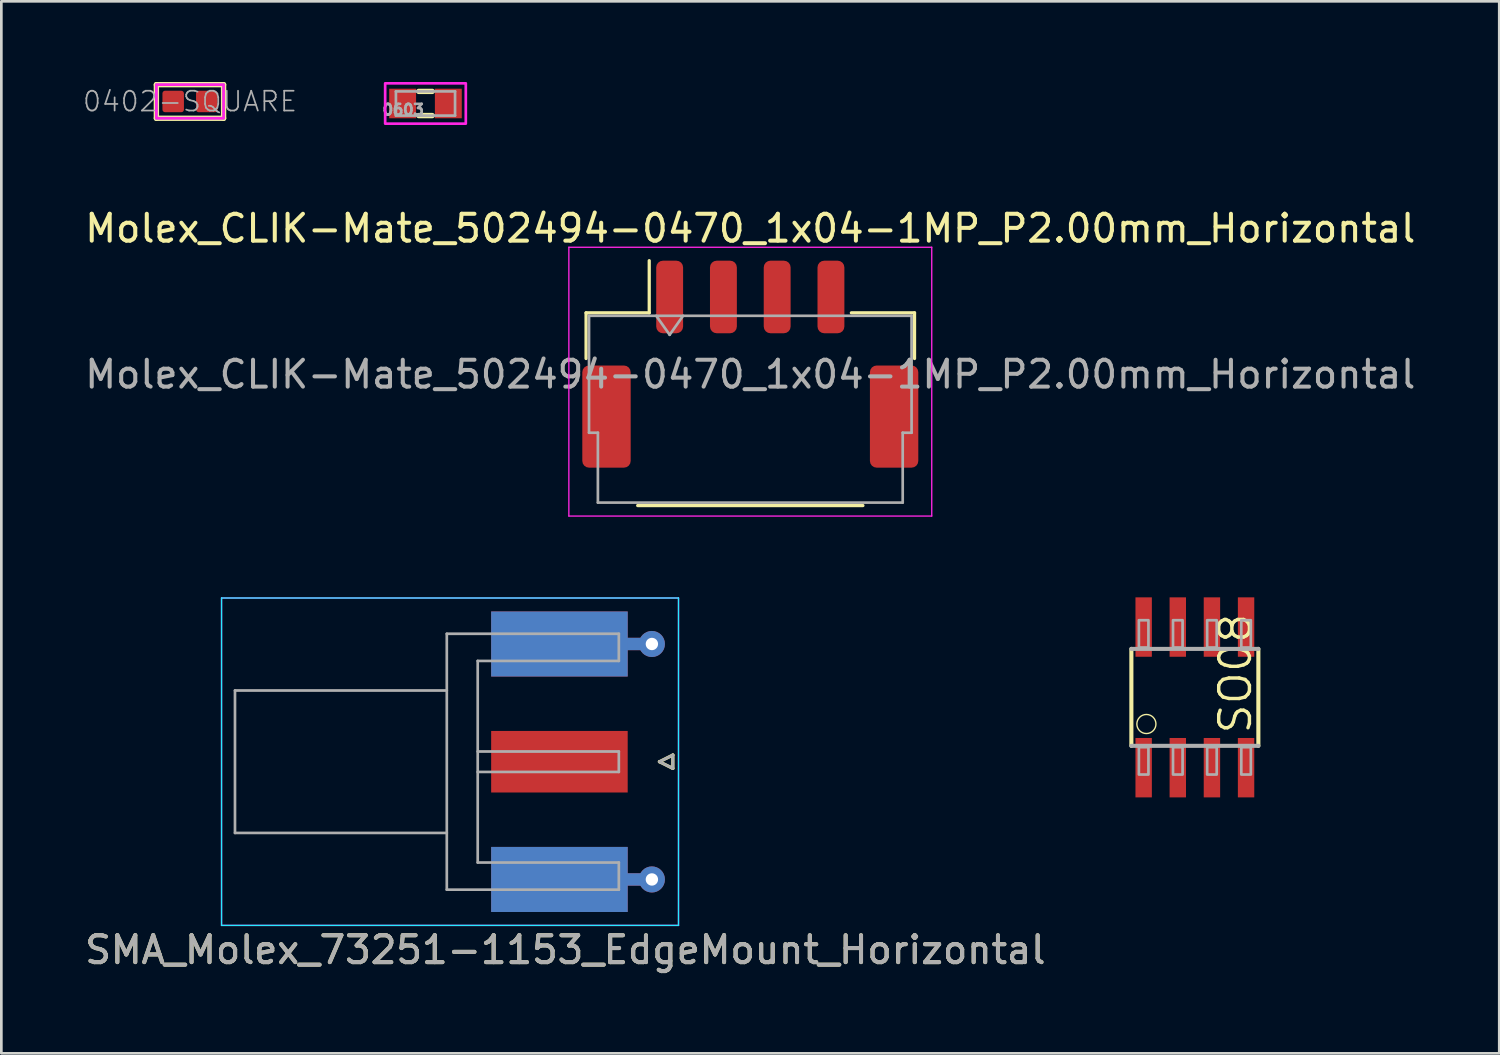
<source format=kicad_pcb>
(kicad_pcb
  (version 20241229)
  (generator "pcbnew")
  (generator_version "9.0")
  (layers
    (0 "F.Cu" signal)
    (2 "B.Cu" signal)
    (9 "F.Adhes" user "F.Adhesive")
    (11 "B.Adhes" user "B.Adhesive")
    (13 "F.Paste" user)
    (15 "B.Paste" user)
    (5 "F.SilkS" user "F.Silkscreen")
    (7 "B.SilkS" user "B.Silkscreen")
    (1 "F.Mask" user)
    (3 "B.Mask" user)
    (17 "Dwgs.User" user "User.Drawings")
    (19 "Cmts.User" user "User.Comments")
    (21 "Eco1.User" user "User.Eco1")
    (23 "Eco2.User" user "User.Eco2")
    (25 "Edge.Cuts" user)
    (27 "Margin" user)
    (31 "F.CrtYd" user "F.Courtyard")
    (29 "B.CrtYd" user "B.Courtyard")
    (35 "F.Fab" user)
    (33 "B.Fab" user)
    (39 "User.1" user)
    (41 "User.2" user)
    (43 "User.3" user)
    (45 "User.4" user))
  (footprint "SO08"
    (layer "F.Cu")
    (at 41.402 22.894)
    (property "Reference" "SO08" (at 2.176 1.431 90) (layer "F.SilkS") (effects (font (size 1.143 1.143) (thickness 0.127)) (justify left bottom)))
    (fp_line (start -2.362 -1.803) (end -2.362 1.803) (stroke (width 0.152) (type solid)) (layer "F.SilkS"))
    (fp_line (start 2.362 1.803) (end 2.362 -1.803) (stroke (width 0.152) (type solid)) (layer "F.SilkS"))
    (fp_circle (center -1.803 0.991) (end -1.448 0.991) (stroke (width 0.051) (type solid)) (fill no) (layer "F.SilkS"))
    (fp_line (start -2.362 1.803) (end 2.362 1.803) (stroke (width 0.152) (type solid)) (layer "F.Fab"))
    (fp_line (start 2.362 -1.803) (end -2.362 -1.803) (stroke (width 0.152) (type solid)) (layer "F.Fab"))
    (fp_poly (pts (xy -2.083 -1.854) (xy -1.727 -1.854) (xy -1.727 -2.87) (xy -2.083 -2.87)) (stroke (width 0.1) (type solid)) (fill no) (layer "F.Fab"))
    (fp_poly (pts (xy -2.083 2.87) (xy -1.727 2.87) (xy -1.727 1.854) (xy -2.083 1.854)) (stroke (width 0.1) (type solid)) (fill no) (layer "F.Fab"))
    (fp_poly (pts (xy -0.813 -1.854) (xy -0.457 -1.854) (xy -0.457 -2.87) (xy -0.813 -2.87)) (stroke (width 0.1) (type solid)) (fill no) (layer "F.Fab"))
    (fp_poly (pts (xy -0.813 2.87) (xy -0.457 2.87) (xy -0.457 1.854) (xy -0.813 1.854)) (stroke (width 0.1) (type solid)) (fill no) (layer "F.Fab"))
    (fp_poly (pts (xy 0.457 -1.854) (xy 0.813 -1.854) (xy 0.813 -2.87) (xy 0.457 -2.87)) (stroke (width 0.1) (type solid)) (fill no) (layer "F.Fab"))
    (fp_poly (pts (xy 0.457 2.87) (xy 0.813 2.87) (xy 0.813 1.854) (xy 0.457 1.854)) (stroke (width 0.1) (type solid)) (fill no) (layer "F.Fab"))
    (fp_poly (pts (xy 1.727 -1.854) (xy 2.083 -1.854) (xy 2.083 -2.87) (xy 1.727 -2.87)) (stroke (width 0.1) (type solid)) (fill no) (layer "F.Fab"))
    (fp_poly (pts (xy 1.727 2.87) (xy 2.083 2.87) (xy 2.083 1.854) (xy 1.727 1.854)) (stroke (width 0.1) (type solid)) (fill no) (layer "F.Fab"))
    (pad "1" smd rect (at -1.905 2.616) (size 0.61 2.21) (layers "F.Cu" "F.Mask" "F.Paste"))
    (pad "2" smd rect (at -0.635 2.616) (size 0.61 2.21) (layers "F.Cu" "F.Mask" "F.Paste"))
    (pad "3" smd rect (at 0.635 2.616) (size 0.61 2.21) (layers "F.Cu" "F.Mask" "F.Paste"))
    (pad "4" smd rect (at 1.905 2.616) (size 0.61 2.21) (layers "F.Cu" "F.Mask" "F.Paste"))
    (pad "5" smd rect (at 1.905 -2.616) (size 0.61 2.21) (layers "F.Cu" "F.Mask" "F.Paste"))
    (pad "6" smd rect (at 0.635 -2.616) (size 0.61 2.21) (layers "F.Cu" "F.Mask" "F.Paste"))
    (pad "7" smd rect (at -0.635 -2.616) (size 0.61 2.21) (layers "F.Cu" "F.Mask" "F.Paste"))
    (pad "8" smd rect (at -1.905 -2.616) (size 0.61 2.21) (layers "F.Cu" "F.Mask" "F.Paste")))
  (footprint "SMA_Molex_73251-1153_EdgeMount_Horizontal"
    (layer "F.Cu")
    (at 19.482 25.288)
    (property "Reference" "SMA_Molex_73251-1153_EdgeMount_Horizontal" (at -1.5 7 180) (layer "F.SilkS") (effects (font (size 1 1) (thickness 0.15))))
    (attr smd)
    (fp_line (start 2 0) (end 2.5 -0.25) (stroke (width 0.12) (type solid)) (layer "F.SilkS"))
    (fp_line (start 2.5 -0.25) (end 2.5 0.25) (stroke (width 0.12) (type solid)) (layer "F.SilkS"))
    (fp_line (start 2.5 0.25) (end 2 0) (stroke (width 0.12) (type solid)) (layer "F.SilkS"))
    (fp_line (start -14.29 -6.09) (end -14.29 6.09) (stroke (width 0.05) (type solid)) (layer "B.CrtYd"))
    (fp_line (start -14.29 -6.09) (end 2.71 -6.09) (stroke (width 0.05) (type solid)) (layer "B.CrtYd"))
    (fp_line (start -14.29 6.09) (end 2.71 6.09) (stroke (width 0.05) (type solid)) (layer "B.CrtYd"))
    (fp_line (start 2.71 -6.09) (end 2.71 6.09) (stroke (width 0.05) (type solid)) (layer "B.CrtYd"))
    (fp_line (start -14.29 -6.09) (end -14.29 6.09) (stroke (width 0.05) (type solid)) (layer "F.CrtYd"))
    (fp_line (start -14.29 6.09) (end 2.71 6.09) (stroke (width 0.05) (type solid)) (layer "F.CrtYd"))
    (fp_line (start 2.71 -6.09) (end -14.29 -6.09) (stroke (width 0.05) (type solid)) (layer "F.CrtYd"))
    (fp_line (start 2.71 -6.09) (end 2.71 6.09) (stroke (width 0.05) (type solid)) (layer "F.CrtYd"))
    (fp_line (start -13.79 -2.65) (end -13.79 2.65) (stroke (width 0.1) (type solid)) (layer "F.Fab"))
    (fp_line (start -13.79 -2.65) (end -5.91 -2.65) (stroke (width 0.1) (type solid)) (layer "F.Fab"))
    (fp_line (start -13.79 2.65) (end -5.91 2.65) (stroke (width 0.1) (type solid)) (layer "F.Fab"))
    (fp_line (start -5.91 -4.76) (end -5.91 4.76) (stroke (width 0.1) (type solid)) (layer "F.Fab"))
    (fp_line (start -5.91 4.76) (end 0.49 4.76) (stroke (width 0.1) (type solid)) (layer "F.Fab"))
    (fp_line (start -4.76 -3.75) (end -4.76 3.75) (stroke (width 0.1) (type solid)) (layer "F.Fab"))
    (fp_line (start -4.76 -3.75) (end 0.49 -3.75) (stroke (width 0.1) (type solid)) (layer "F.Fab"))
    (fp_line (start -4.76 -0.38) (end 0.49 -0.38) (stroke (width 0.1) (type solid)) (layer "F.Fab"))
    (fp_line (start -4.76 0.38) (end 0.49 0.38) (stroke (width 0.1) (type solid)) (layer "F.Fab"))
    (fp_line (start -4.76 3.75) (end 0.49 3.75) (stroke (width 0.1) (type solid)) (layer "F.Fab"))
    (fp_line (start 0.49 -4.76) (end -5.91 -4.76) (stroke (width 0.1) (type solid)) (layer "F.Fab"))
    (fp_line (start 0.49 -4.76) (end 0.49 -3.75) (stroke (width 0.1) (type solid)) (layer "F.Fab"))
    (fp_line (start 0.49 -0.38) (end 0.49 0.38) (stroke (width 0.1) (type solid)) (layer "F.Fab"))
    (fp_line (start 0.49 3.75) (end 0.49 4.76) (stroke (width 0.1) (type solid)) (layer "F.Fab"))
    (fp_line (start 2 0) (end 2.5 0.25) (stroke (width 0.1) (type solid)) (layer "F.Fab"))
    (fp_line (start 2.5 -0.25) (end 2 0) (stroke (width 0.1) (type solid)) (layer "F.Fab"))
    (fp_line (start 2.5 0.25) (end 2.5 -0.25) (stroke (width 0.1) (type solid)) (layer "F.Fab"))
    (fp_text user "${REFERENCE}" (at -1.5 7 180) (layer "F.Fab") (effects (font (size 1 1) (thickness 0.15))))
    (pad "1" smd rect (at -1.72 0) (size 5.08 2.29) (layers "F.Cu" "F.Mask" "F.Paste"))
    (pad "2" smd rect (at -1.72 -4.38) (size 5.08 2.42) (layers "F.Cu" "F.Mask" "F.Paste"))
    (pad "2" smd rect (at -1.72 -4.38) (size 5.08 2.42) (layers "B.Cu" "B.Mask" "B.Paste"))
    (pad "2" smd rect (at -1.72 4.38) (size 5.08 2.42) (layers "F.Cu" "F.Mask" "F.Paste"))
    (pad "2" smd rect (at -1.72 4.38) (size 5.08 2.42) (layers "B.Cu" "B.Mask" "B.Paste"))
    (pad "2" smd rect (at 1.27 -4.38) (size 0.95 0.46) (layers "F.Cu"))
    (pad "2" smd rect (at 1.27 -4.38) (size 0.95 0.46) (layers "B.Cu"))
    (pad "2" smd rect (at 1.27 4.38) (size 0.95 0.46) (layers "F.Cu"))
    (pad "2" smd rect (at 1.27 4.38) (size 0.95 0.46) (layers "B.Cu"))
    (pad "2" thru_hole circle (at 1.72 -4.38) (size 0.97 0.97) (drill 0.46) (layers "*.Cu"))
    (pad "2" thru_hole circle (at 1.72 4.38) (size 0.97 0.97) (drill 0.46) (layers "*.Cu")))
  (footprint "Molex_CLIK-Mate_502494-0470_1x04-1MP_P2.00mm_Horizontal"
    (layer "F.Cu")
    (at 24.863 10.498)
    (property "Reference" "Molex_CLIK-Mate_502494-0470_1x04-1MP_P2.00mm_Horizontal" (at 0 -5.05 0) (layer "F.SilkS") (effects (font (size 1 1) (thickness 0.15))))
    (attr smd)
    (fp_line (start -6.11 -1.91) (end -3.76 -1.91) (stroke (width 0.12) (type solid)) (layer "F.SilkS"))
    (fp_line (start -6.11 -0.21) (end -6.11 -1.91) (stroke (width 0.12) (type solid)) (layer "F.SilkS"))
    (fp_line (start -4.19 5.26) (end 4.19 5.26) (stroke (width 0.12) (type solid)) (layer "F.SilkS"))
    (fp_line (start -3.76 -1.91) (end -3.76 -3.85) (stroke (width 0.12) (type solid)) (layer "F.SilkS"))
    (fp_line (start 6.11 -1.91) (end 3.76 -1.91) (stroke (width 0.12) (type solid)) (layer "F.SilkS"))
    (fp_line (start 6.11 -0.21) (end 6.11 -1.91) (stroke (width 0.12) (type solid)) (layer "F.SilkS"))
    (fp_line (start -6.75 -4.35) (end -6.75 5.65) (stroke (width 0.05) (type solid)) (layer "F.CrtYd"))
    (fp_line (start -6.75 5.65) (end 6.75 5.65) (stroke (width 0.05) (type solid)) (layer "F.CrtYd"))
    (fp_line (start 6.75 -4.35) (end -6.75 -4.35) (stroke (width 0.05) (type solid)) (layer "F.CrtYd"))
    (fp_line (start 6.75 5.65) (end 6.75 -4.35) (stroke (width 0.05) (type solid)) (layer "F.CrtYd"))
    (fp_line (start -6 -1.8) (end -6 2.55) (stroke (width 0.1) (type solid)) (layer "F.Fab"))
    (fp_line (start -6 -1.8) (end 6 -1.8) (stroke (width 0.1) (type solid)) (layer "F.Fab"))
    (fp_line (start -6 2.55) (end -5.67 2.55) (stroke (width 0.1) (type solid)) (layer "F.Fab"))
    (fp_line (start -5.67 2.55) (end -5.67 5.15) (stroke (width 0.1) (type solid)) (layer "F.Fab"))
    (fp_line (start -5.67 5.15) (end 5.67 5.15) (stroke (width 0.1) (type solid)) (layer "F.Fab"))
    (fp_line (start -3.5 -1.8) (end -3 -1.093) (stroke (width 0.1) (type solid)) (layer "F.Fab"))
    (fp_line (start -3 -1.093) (end -2.5 -1.8) (stroke (width 0.1) (type solid)) (layer "F.Fab"))
    (fp_line (start 5.67 2.55) (end 6 2.55) (stroke (width 0.1) (type solid)) (layer "F.Fab"))
    (fp_line (start 5.67 5.15) (end 5.67 2.55) (stroke (width 0.1) (type solid)) (layer "F.Fab"))
    (fp_line (start 6 -1.8) (end 6 2.55) (stroke (width 0.1) (type solid)) (layer "F.Fab"))
    (fp_text user "${REFERENCE}" (at 0 0.38 0) (layer "F.Fab") (effects (font (size 1 1) (thickness 0.15))))
    (pad "1" smd roundrect (at -3 -2.5 180) (size 1 2.7) (layers "F.Cu" "F.Mask" "F.Paste") (roundrect_rratio 0.25))
    (pad "2" smd roundrect (at -1 -2.5 180) (size 1 2.7) (layers "F.Cu" "F.Mask" "F.Paste") (roundrect_rratio 0.25))
    (pad "3" smd roundrect (at 1 -2.5 180) (size 1 2.7) (layers "F.Cu" "F.Mask" "F.Paste") (roundrect_rratio 0.25))
    (pad "4" smd roundrect (at 3 -2.5 180) (size 1 2.7) (layers "F.Cu" "F.Mask" "F.Paste") (roundrect_rratio 0.25))
    (pad "MP" smd roundrect (at -5.35 1.95 180) (size 1.8 3.8) (layers "F.Cu" "F.Mask" "F.Paste") (roundrect_rratio 0.139))
    (pad "MP" smd roundrect (at 5.35 1.95 180) (size 1.8 3.8) (layers "F.Cu" "F.Mask" "F.Paste") (roundrect_rratio 0.139)))
  (footprint "0402-SQUARE"
    (layer "F.Cu")
    (at 4.018 0.725)
    (property "Reference" "0402-SQUARE" (at 0 0 0) (layer "F.Fab") (effects (font (size 0.736 0.736) (thickness 0.064))))
    (fp_line (start -1.25 -0.625) (end -1.25 0.625) (stroke (width 0.2) (type solid)) (layer "F.SilkS"))
    (fp_line (start -1.25 0.625) (end 1.25 0.625) (stroke (width 0.2) (type solid)) (layer "F.SilkS"))
    (fp_line (start 1.25 -0.625) (end -1.25 -0.625) (stroke (width 0.2) (type solid)) (layer "F.SilkS"))
    (fp_line (start 1.25 0.625) (end 1.25 -0.625) (stroke (width 0.2) (type solid)) (layer "F.SilkS"))
    (fp_poly (pts (xy -1.25 0.625) (xy 1.25 0.625) (xy 1.25 -0.625) (xy -1.25 -0.625)) (stroke (width 0.1) (type solid)) (fill no) (layer "F.CrtYd"))
    (fp_line (start -1.25 -0.625) (end -1.25 0.625) (stroke (width 0.1) (type solid)) (layer "F.Fab"))
    (fp_line (start -1.25 0.625) (end 1.25 0.625) (stroke (width 0.1) (type solid)) (layer "F.Fab"))
    (fp_line (start 1.25 -0.625) (end -1.25 -0.625) (stroke (width 0.1) (type solid)) (layer "F.Fab"))
    (fp_line (start 1.25 0.625) (end 1.25 -0.625) (stroke (width 0.1) (type solid)) (layer "F.Fab"))
    (pad "P$1" smd roundrect (at -0.625 0) (size 0.8 0.8) (layers "F.Cu" "F.Mask" "F.Paste") (roundrect_rratio 0.125))
    (pad "P$2" smd roundrect (at 0.625 0 180) (size 0.8 0.8) (layers "F.Cu" "F.Mask" "F.Paste") (roundrect_rratio 0.125)))
  (footprint "0603"
    (layer "F.Cu")
    (at 12.779 0.8)
    (property "Reference" "0603" (at 0 0 0) (layer "F.Fab") (effects (font (size 0.4 0.4) (thickness 0.1)) (justify right top)))
    (fp_line (start -0.25 -0.45) (end 0.25 -0.45) (stroke (width 0.2) (type solid)) (layer "F.SilkS"))
    (fp_line (start -0.25 0.45) (end 0.25 0.45) (stroke (width 0.2) (type solid)) (layer "F.SilkS"))
    (fp_poly (pts (xy -1.5 0.75) (xy 1.5 0.75) (xy 1.5 -0.75) (xy -1.5 -0.75)) (stroke (width 0.1) (type solid)) (fill no) (layer "F.CrtYd"))
    (fp_line (start -1.1 -0.45) (end 1.1 -0.45) (stroke (width 0.1) (type solid)) (layer "F.Fab"))
    (fp_line (start -1.1 0.45) (end -1.1 -0.45) (stroke (width 0.1) (type solid)) (layer "F.Fab"))
    (fp_line (start 1.1 -0.45) (end 1.1 0.45) (stroke (width 0.1) (type solid)) (layer "F.Fab"))
    (fp_line (start 1.1 0.45) (end -1.1 0.45) (stroke (width 0.1) (type solid)) (layer "F.Fab"))
    (pad "1" smd rect (at -0.85 0) (size 1 1.1) (layers "F.Cu" "F.Mask" "F.Paste"))
    (pad "2" smd rect (at 0.85 0) (size 1 1.1) (layers "F.Cu" "F.Mask" "F.Paste")))
  (gr_rect
    (start -3 -3)
    (end 52.726 36.136)
    (stroke (width 0.1) (type default))
    (fill no)
    (layer "Edge.Cuts")))
</source>
